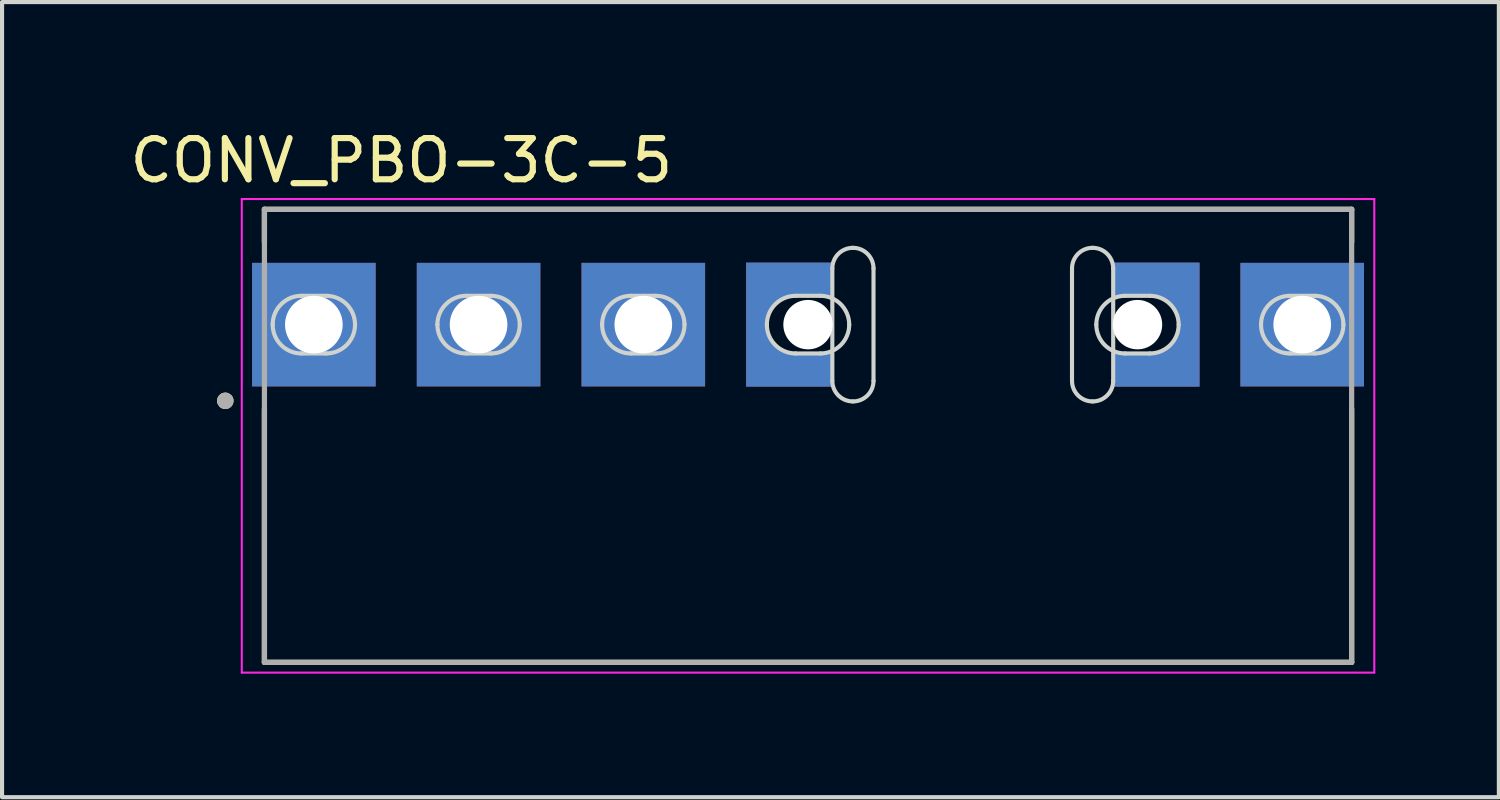
<source format=kicad_pcb>
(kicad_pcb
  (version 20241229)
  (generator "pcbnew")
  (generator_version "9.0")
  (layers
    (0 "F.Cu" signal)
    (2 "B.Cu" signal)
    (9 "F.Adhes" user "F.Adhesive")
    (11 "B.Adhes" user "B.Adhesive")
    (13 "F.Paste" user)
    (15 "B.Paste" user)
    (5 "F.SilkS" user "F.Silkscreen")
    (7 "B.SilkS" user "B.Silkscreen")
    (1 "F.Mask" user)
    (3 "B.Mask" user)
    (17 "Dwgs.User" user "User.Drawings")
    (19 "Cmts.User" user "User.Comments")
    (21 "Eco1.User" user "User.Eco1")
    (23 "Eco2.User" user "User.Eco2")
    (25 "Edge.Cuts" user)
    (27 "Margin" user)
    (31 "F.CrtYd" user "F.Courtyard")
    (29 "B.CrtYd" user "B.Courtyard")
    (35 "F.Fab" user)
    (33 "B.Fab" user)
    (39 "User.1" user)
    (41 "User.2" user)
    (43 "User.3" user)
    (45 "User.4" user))
  (footprint "CONV_PBO-3C-5"
    (layer "F.Cu")
    (at 16.571 4.833)
    (property "Reference" "CONV_PBO-3C-5" (at -9.875 -3.985 0) (layer "F.SilkS") (effects (font (size 1 1) (thickness 0.15))))
    (attr through_hole)
    (fp_poly (pts (xy 0.49 -1.965) (xy 1.69 -1.965) (xy 1.69 1.965) (xy 0.49 1.965)) (stroke (width 0.01) (type solid)) (fill yes) (layer "F.Mask"))
    (fp_poly (pts (xy 6.31 -1.965) (xy 7.51 -1.965) (xy 7.51 1.965) (xy 6.31 1.965)) (stroke (width 0.01) (type solid)) (fill yes) (layer "F.Mask"))
    (fp_poly (pts (xy 0.69 -0.6) (xy 0.69 -1.6) (xy -1.6 -1.6) (xy -1.6 1.6) (xy 0.69 1.6) (xy 0.69 0.6)) (stroke (width 0.01) (type solid)) (fill yes) (layer "F.Mask"))
    (fp_poly (pts (xy 7.31 0.6) (xy 7.31 1.6) (xy 9.6 1.6) (xy 9.6 -1.6) (xy 7.31 -1.6) (xy 7.31 -0.6)) (stroke (width 0.01) (type solid)) (fill yes) (layer "F.Mask"))
    (fp_poly (pts (xy -1 0) (xy -0.999 -0.037) (xy -0.996 -0.073) (xy -0.991 -0.11) (xy -0.985 -0.146) (xy -0.976 -0.181) (xy -0.966 -0.216) (xy -0.954 -0.251) (xy -0.939 -0.285) (xy -0.924 -0.318) (xy -0.906 -0.35) (xy -0.887 -0.381) (xy -0.866 -0.411) (xy -0.844 -0.441) (xy -0.82 -0.468) (xy -0.795 -0.495) (xy -0.768 -0.52) (xy -0.741 -0.544) (xy -0.711 -0.566) (xy -0.681 -0.587) (xy -0.65 -0.606) (xy -0.618 -0.624) (xy -0.585 -0.639) (xy -0.551 -0.654) (xy -0.516 -0.666) (xy -0.481 -0.676) (xy -0.446 -0.685) (xy -0.41 -0.691) (xy -0.373 -0.696) (xy -0.337 -0.699) (xy -0.3 -0.7) (xy 0.59 -0.7) (xy 0.59 -1.5) (xy -1.5 -1.5) (xy -1.5 1.5) (xy 0.59 1.5) (xy 0.59 0.7) (xy -0.3 0.7) (xy -0.337 0.699) (xy -0.373 0.696) (xy -0.41 0.691) (xy -0.446 0.685) (xy -0.481 0.676) (xy -0.516 0.666) (xy -0.551 0.654) (xy -0.585 0.639) (xy -0.618 0.624) (xy -0.65 0.606) (xy -0.681 0.587) (xy -0.711 0.566) (xy -0.741 0.544) (xy -0.768 0.52) (xy -0.795 0.495) (xy -0.82 0.468) (xy -0.844 0.441) (xy -0.866 0.411) (xy -0.887 0.381) (xy -0.906 0.35) (xy -0.924 0.318) (xy -0.939 0.285) (xy -0.954 0.251) (xy -0.966 0.216) (xy -0.976 0.181) (xy -0.985 0.146) (xy -0.991 0.11) (xy -0.996 0.073) (xy -0.999 0.037) (xy -1 0)) (stroke (width 0.01) (type solid)) (fill yes) (layer "B.Cu"))
    (fp_poly (pts (xy 9 0) (xy 8.999 0.037) (xy 8.996 0.073) (xy 8.991 0.11) (xy 8.985 0.146) (xy 8.976 0.181) (xy 8.966 0.216) (xy 8.954 0.251) (xy 8.939 0.285) (xy 8.924 0.318) (xy 8.906 0.35) (xy 8.887 0.381) (xy 8.866 0.411) (xy 8.844 0.441) (xy 8.82 0.468) (xy 8.795 0.495) (xy 8.768 0.52) (xy 8.741 0.544) (xy 8.711 0.566) (xy 8.681 0.587) (xy 8.65 0.606) (xy 8.618 0.624) (xy 8.585 0.639) (xy 8.551 0.654) (xy 8.516 0.666) (xy 8.481 0.676) (xy 8.446 0.685) (xy 8.41 0.691) (xy 8.373 0.696) (xy 8.337 0.699) (xy 8.3 0.7) (xy 7.41 0.7) (xy 7.41 1.5) (xy 9.5 1.5) (xy 9.5 -1.5) (xy 7.41 -1.5) (xy 7.41 -0.7) (xy 8.3 -0.7) (xy 8.337 -0.699) (xy 8.373 -0.696) (xy 8.41 -0.691) (xy 8.446 -0.685) (xy 8.481 -0.676) (xy 8.516 -0.666) (xy 8.551 -0.654) (xy 8.585 -0.639) (xy 8.618 -0.624) (xy 8.65 -0.606) (xy 8.681 -0.587) (xy 8.711 -0.566) (xy 8.741 -0.544) (xy 8.768 -0.52) (xy 8.795 -0.495) (xy 8.82 -0.468) (xy 8.844 -0.441) (xy 8.866 -0.411) (xy 8.887 -0.381) (xy 8.906 -0.35) (xy 8.924 -0.318) (xy 8.939 -0.285) (xy 8.954 -0.251) (xy 8.966 -0.216) (xy 8.976 -0.181) (xy 8.985 -0.146) (xy 8.991 -0.11) (xy 8.996 -0.073) (xy 8.999 -0.037) (xy 9 0)) (stroke (width 0.01) (type solid)) (fill yes) (layer "B.Cu"))
    (fp_poly (pts (xy 0.49 -1.965) (xy 1.69 -1.965) (xy 1.69 1.965) (xy 0.49 1.965)) (stroke (width 0.01) (type solid)) (fill yes) (layer "B.Mask"))
    (fp_poly (pts (xy 6.31 -1.965) (xy 7.51 -1.965) (xy 7.51 1.965) (xy 6.31 1.965)) (stroke (width 0.01) (type solid)) (fill yes) (layer "B.Mask"))
    (fp_poly (pts (xy 0.69 -0.6) (xy 0.69 -1.6) (xy -1.6 -1.6) (xy -1.6 1.6) (xy 0.69 1.6) (xy 0.69 0.6)) (stroke (width 0.01) (type solid)) (fill yes) (layer "B.Mask"))
    (fp_poly (pts (xy 7.31 0.6) (xy 7.31 1.6) (xy 9.6 1.6) (xy 9.6 -1.6) (xy 7.31 -1.6) (xy 7.31 -0.6)) (stroke (width 0.01) (type solid)) (fill yes) (layer "B.Mask"))
    (fp_line (start -13.2 -2.8) (end -13.2 -2) (stroke (width 0.127) (type solid)) (layer "F.SilkS"))
    (fp_line (start -13.2 2.05) (end -13.2 8.2) (stroke (width 0.127) (type solid)) (layer "F.SilkS"))
    (fp_line (start -13.2 8.2) (end 13.2 8.2) (stroke (width 0.127) (type solid)) (layer "F.SilkS"))
    (fp_line (start 13.2 -2.8) (end -13.2 -2.8) (stroke (width 0.127) (type solid)) (layer "F.SilkS"))
    (fp_line (start 13.2 -2.8) (end 13.2 -2) (stroke (width 0.127) (type solid)) (layer "F.SilkS"))
    (fp_line (start 13.2 2.05) (end 13.2 8.2) (stroke (width 0.127) (type solid)) (layer "F.SilkS"))
    (fp_circle (center -14.15 1.85) (end -14.05 1.85) (stroke (width 0.2) (type solid)) (fill no) (layer "F.SilkS"))
    (fp_poly (pts (xy -1 0) (xy -0.999 -0.037) (xy -0.996 -0.073) (xy -0.991 -0.11) (xy -0.985 -0.146) (xy -0.976 -0.181) (xy -0.966 -0.216) (xy -0.954 -0.251) (xy -0.939 -0.285) (xy -0.924 -0.318) (xy -0.906 -0.35) (xy -0.887 -0.381) (xy -0.866 -0.411) (xy -0.844 -0.441) (xy -0.82 -0.468) (xy -0.795 -0.495) (xy -0.768 -0.52) (xy -0.741 -0.544) (xy -0.711 -0.566) (xy -0.681 -0.587) (xy -0.65 -0.606) (xy -0.618 -0.624) (xy -0.585 -0.639) (xy -0.551 -0.654) (xy -0.516 -0.666) (xy -0.481 -0.676) (xy -0.446 -0.685) (xy -0.41 -0.691) (xy -0.373 -0.696) (xy -0.337 -0.699) (xy -0.3 -0.7) (xy 0.59 -0.7) (xy 0.59 -1.5) (xy -1.5 -1.5) (xy -1.5 1.5) (xy 0.59 1.5) (xy 0.59 0.7) (xy -0.3 0.7) (xy -0.337 0.699) (xy -0.373 0.696) (xy -0.41 0.691) (xy -0.446 0.685) (xy -0.481 0.676) (xy -0.516 0.666) (xy -0.551 0.654) (xy -0.585 0.639) (xy -0.618 0.624) (xy -0.65 0.606) (xy -0.681 0.587) (xy -0.711 0.566) (xy -0.741 0.544) (xy -0.768 0.52) (xy -0.795 0.495) (xy -0.82 0.468) (xy -0.844 0.441) (xy -0.866 0.411) (xy -0.887 0.381) (xy -0.906 0.35) (xy -0.924 0.318) (xy -0.939 0.285) (xy -0.954 0.251) (xy -0.966 0.216) (xy -0.976 0.181) (xy -0.985 0.146) (xy -0.991 0.11) (xy -0.996 0.073) (xy -0.999 0.037) (xy -1 0)) (stroke (width 0.01) (type solid)) (fill yes) (layer "F.Paste"))
    (fp_poly (pts (xy 9 0) (xy 8.999 0.037) (xy 8.996 0.073) (xy 8.991 0.11) (xy 8.985 0.146) (xy 8.976 0.181) (xy 8.966 0.216) (xy 8.954 0.251) (xy 8.939 0.285) (xy 8.924 0.318) (xy 8.906 0.35) (xy 8.887 0.381) (xy 8.866 0.411) (xy 8.844 0.441) (xy 8.82 0.468) (xy 8.795 0.495) (xy 8.768 0.52) (xy 8.741 0.544) (xy 8.711 0.566) (xy 8.681 0.587) (xy 8.65 0.606) (xy 8.618 0.624) (xy 8.585 0.639) (xy 8.551 0.654) (xy 8.516 0.666) (xy 8.481 0.676) (xy 8.446 0.685) (xy 8.41 0.691) (xy 8.373 0.696) (xy 8.337 0.699) (xy 8.3 0.7) (xy 7.41 0.7) (xy 7.41 1.5) (xy 9.5 1.5) (xy 9.5 -1.5) (xy 7.41 -1.5) (xy 7.41 -0.7) (xy 8.3 -0.7) (xy 8.337 -0.699) (xy 8.373 -0.696) (xy 8.41 -0.691) (xy 8.446 -0.685) (xy 8.481 -0.676) (xy 8.516 -0.666) (xy 8.551 -0.654) (xy 8.585 -0.639) (xy 8.618 -0.624) (xy 8.65 -0.606) (xy 8.681 -0.587) (xy 8.711 -0.566) (xy 8.741 -0.544) (xy 8.768 -0.52) (xy 8.795 -0.495) (xy 8.82 -0.468) (xy 8.844 -0.441) (xy 8.866 -0.411) (xy 8.887 -0.381) (xy 8.906 -0.35) (xy 8.924 -0.318) (xy 8.939 -0.285) (xy 8.954 -0.251) (xy 8.966 -0.216) (xy 8.976 -0.181) (xy 8.985 -0.146) (xy 8.991 -0.11) (xy 8.996 -0.073) (xy 8.999 -0.037) (xy 9 0)) (stroke (width 0.01) (type solid)) (fill yes) (layer "F.Paste"))
    (fp_line (start -12.3 -0.7) (end -11.7 -0.7) (stroke (width 0.1) (type solid)) (layer "Edge.Cuts"))
    (fp_line (start -11.7 0.7) (end -12.3 0.7) (stroke (width 0.1) (type solid)) (layer "Edge.Cuts"))
    (fp_line (start -8.3 -0.7) (end -7.7 -0.7) (stroke (width 0.1) (type solid)) (layer "Edge.Cuts"))
    (fp_line (start -7.7 0.7) (end -8.3 0.7) (stroke (width 0.1) (type solid)) (layer "Edge.Cuts"))
    (fp_line (start -4.3 -0.7) (end -3.7 -0.7) (stroke (width 0.1) (type solid)) (layer "Edge.Cuts"))
    (fp_line (start -3.7 0.7) (end -4.3 0.7) (stroke (width 0.1) (type solid)) (layer "Edge.Cuts"))
    (fp_line (start -0.3 -0.7) (end 0.3 -0.7) (stroke (width 0.1) (type solid)) (layer "Edge.Cuts"))
    (fp_line (start 0.3 0.7) (end -0.3 0.7) (stroke (width 0.1) (type solid)) (layer "Edge.Cuts"))
    (fp_line (start 0.59 -1.365) (end 0.59 1.365) (stroke (width 0.1) (type solid)) (layer "Edge.Cuts"))
    (fp_line (start 1.59 1.365) (end 1.59 -1.365) (stroke (width 0.1) (type solid)) (layer "Edge.Cuts"))
    (fp_line (start 6.41 -1.365) (end 6.41 1.365) (stroke (width 0.1) (type solid)) (layer "Edge.Cuts"))
    (fp_line (start 7.41 1.365) (end 7.41 -1.365) (stroke (width 0.1) (type solid)) (layer "Edge.Cuts"))
    (fp_line (start 7.7 -0.7) (end 8.3 -0.7) (stroke (width 0.1) (type solid)) (layer "Edge.Cuts"))
    (fp_line (start 8.3 0.7) (end 7.7 0.7) (stroke (width 0.1) (type solid)) (layer "Edge.Cuts"))
    (fp_line (start 11.7 -0.7) (end 12.3 -0.7) (stroke (width 0.1) (type solid)) (layer "Edge.Cuts"))
    (fp_line (start 12.3 0.7) (end 11.7 0.7) (stroke (width 0.1) (type solid)) (layer "Edge.Cuts"))
    (fp_arc (start -13 0) (mid -12.794975 -0.494975) (end -12.3 -0.7) (stroke (width 0.1) (type solid)) (layer "Edge.Cuts"))
    (fp_arc (start -12.3 0.7) (mid -12.794975 0.494975) (end -13 0) (stroke (width 0.1) (type solid)) (layer "Edge.Cuts"))
    (fp_arc (start -11.7 -0.7) (mid -11.205025 -0.494975) (end -11 0) (stroke (width 0.1) (type solid)) (layer "Edge.Cuts"))
    (fp_arc (start -11 0) (mid -11.205025 0.494975) (end -11.7 0.7) (stroke (width 0.1) (type solid)) (layer "Edge.Cuts"))
    (fp_arc (start -9 0) (mid -8.794975 -0.494975) (end -8.3 -0.7) (stroke (width 0.1) (type solid)) (layer "Edge.Cuts"))
    (fp_arc (start -8.3 0.7) (mid -8.794975 0.494975) (end -9 0) (stroke (width 0.1) (type solid)) (layer "Edge.Cuts"))
    (fp_arc (start -7.7 -0.7) (mid -7.205025 -0.494975) (end -7 0) (stroke (width 0.1) (type solid)) (layer "Edge.Cuts"))
    (fp_arc (start -7 0) (mid -7.205025 0.494975) (end -7.7 0.7) (stroke (width 0.1) (type solid)) (layer "Edge.Cuts"))
    (fp_arc (start -5 0) (mid -4.794975 -0.494975) (end -4.3 -0.7) (stroke (width 0.1) (type solid)) (layer "Edge.Cuts"))
    (fp_arc (start -4.3 0.7) (mid -4.794975 0.494975) (end -5 0) (stroke (width 0.1) (type solid)) (layer "Edge.Cuts"))
    (fp_arc (start -3.7 -0.7) (mid -3.205025 -0.494975) (end -3 0) (stroke (width 0.1) (type solid)) (layer "Edge.Cuts"))
    (fp_arc (start -3 0) (mid -3.205025 0.494975) (end -3.7 0.7) (stroke (width 0.1) (type solid)) (layer "Edge.Cuts"))
    (fp_arc (start -1 0) (mid -0.794975 -0.494975) (end -0.3 -0.7) (stroke (width 0.1) (type solid)) (layer "Edge.Cuts"))
    (fp_arc (start -0.3 0.7) (mid -0.794975 0.494975) (end -1 0) (stroke (width 0.1) (type solid)) (layer "Edge.Cuts"))
    (fp_arc (start 0.3 -0.7) (mid 0.794975 -0.494975) (end 1 0) (stroke (width 0.1) (type solid)) (layer "Edge.Cuts"))
    (fp_arc (start 0.59 -1.365) (mid 0.736447 -1.718553) (end 1.09 -1.865) (stroke (width 0.1) (type solid)) (layer "Edge.Cuts"))
    (fp_arc (start 1 0) (mid 0.794975 0.494975) (end 0.3 0.7) (stroke (width 0.1) (type solid)) (layer "Edge.Cuts"))
    (fp_arc (start 1.09 -1.865) (mid 1.443553 -1.718553) (end 1.59 -1.365) (stroke (width 0.1) (type solid)) (layer "Edge.Cuts"))
    (fp_arc (start 1.09 1.865) (mid 0.736447 1.718553) (end 0.59 1.365) (stroke (width 0.1) (type solid)) (layer "Edge.Cuts"))
    (fp_arc (start 1.59 1.365) (mid 1.443553 1.718553) (end 1.09 1.865) (stroke (width 0.1) (type solid)) (layer "Edge.Cuts"))
    (fp_arc (start 6.41 -1.365) (mid 6.556447 -1.718553) (end 6.91 -1.865) (stroke (width 0.1) (type solid)) (layer "Edge.Cuts"))
    (fp_arc (start 6.91 -1.865) (mid 7.263553 -1.718553) (end 7.41 -1.365) (stroke (width 0.1) (type solid)) (layer "Edge.Cuts"))
    (fp_arc (start 6.91 1.865) (mid 6.556447 1.718553) (end 6.41 1.365) (stroke (width 0.1) (type solid)) (layer "Edge.Cuts"))
    (fp_arc (start 7 0) (mid 7.205025 -0.494975) (end 7.7 -0.7) (stroke (width 0.1) (type solid)) (layer "Edge.Cuts"))
    (fp_arc (start 7.41 1.365) (mid 7.263553 1.718553) (end 6.91 1.865) (stroke (width 0.1) (type solid)) (layer "Edge.Cuts"))
    (fp_arc (start 7.7 0.7) (mid 7.205025 0.494975) (end 7 0) (stroke (width 0.1) (type solid)) (layer "Edge.Cuts"))
    (fp_arc (start 8.3 -0.7) (mid 8.794975 -0.494975) (end 9 0) (stroke (width 0.1) (type solid)) (layer "Edge.Cuts"))
    (fp_arc (start 9 0) (mid 8.794975 0.494975) (end 8.3 0.7) (stroke (width 0.1) (type solid)) (layer "Edge.Cuts"))
    (fp_arc (start 11 0) (mid 11.205025 -0.494975) (end 11.7 -0.7) (stroke (width 0.1) (type solid)) (layer "Edge.Cuts"))
    (fp_arc (start 11.7 0.7) (mid 11.205025 0.494975) (end 11 0) (stroke (width 0.1) (type solid)) (layer "Edge.Cuts"))
    (fp_arc (start 12.3 -0.7) (mid 12.794975 -0.494975) (end 13 0) (stroke (width 0.1) (type solid)) (layer "Edge.Cuts"))
    (fp_arc (start 13 0) (mid 12.794975 0.494975) (end 12.3 0.7) (stroke (width 0.1) (type solid)) (layer "Edge.Cuts"))
    (fp_line (start -13.75 -3.05) (end -13.75 8.45) (stroke (width 0.05) (type solid)) (layer "F.CrtYd"))
    (fp_line (start -13.75 8.45) (end 13.75 8.45) (stroke (width 0.05) (type solid)) (layer "F.CrtYd"))
    (fp_line (start 13.75 -3.05) (end -13.75 -3.05) (stroke (width 0.05) (type solid)) (layer "F.CrtYd"))
    (fp_line (start 13.75 8.45) (end 13.75 -3.05) (stroke (width 0.05) (type solid)) (layer "F.CrtYd"))
    (fp_line (start -13.2 -2.8) (end -13.2 8.2) (stroke (width 0.127) (type solid)) (layer "F.Fab"))
    (fp_line (start -13.2 8.2) (end 13.2 8.2) (stroke (width 0.127) (type solid)) (layer "F.Fab"))
    (fp_line (start 13.2 -2.8) (end -13.2 -2.8) (stroke (width 0.127) (type solid)) (layer "F.Fab"))
    (fp_line (start 13.2 8.2) (end 13.2 -2.8) (stroke (width 0.127) (type solid)) (layer "F.Fab"))
    (fp_circle (center -14.15 1.85) (end -14.05 1.85) (stroke (width 0.2) (type solid)) (fill no) (layer "F.Fab"))
    (pad "" np_thru_hole circle (at 0 0) (size 1.2 1.2) (drill 1.2) (layers "*.Cu" "*.Mask"))
    (pad "" np_thru_hole circle (at 8 0) (size 1.2 1.2) (drill 1.2) (layers "*.Cu" "*.Mask"))
    (pad "1" thru_hole rect (at -12 0) (size 3 3) (drill 1.4) (layers "*.Cu" "*.Mask"))
    (pad "2" thru_hole rect (at -8 0) (size 3 3) (drill 1.4) (layers "*.Cu" "*.Mask"))
    (pad "3" thru_hole rect (at -4 0) (size 3 3) (drill 1.4) (layers "*.Cu" "*.Mask"))
    (pad "4" smd custom (at -1.3 0) (size 0.3 0.3) (layers "F.Cu") (options (anchor rect)) (primitives (gr_poly (pts (xy 0.3 0) (xy 0.301 -0.037) (xy 0.304 -0.073) (xy 0.309 -0.11) (xy 0.315 -0.146) (xy 0.324 -0.181) (xy 0.334 -0.216) (xy 0.346 -0.251) (xy 0.361 -0.285) (xy 0.376 -0.318) (xy 0.394 -0.35) (xy 0.413 -0.381) (xy 0.434 -0.411) (xy 0.456 -0.441) (xy 0.48 -0.468) (xy 0.505 -0.495) (xy 0.532 -0.52) (xy 0.559 -0.544) (xy 0.589 -0.566) (xy 0.619 -0.587) (xy 0.65 -0.606) (xy 0.682 -0.624) (xy 0.715 -0.639) (xy 0.749 -0.654) (xy 0.784 -0.666) (xy 0.819 -0.676) (xy 0.854 -0.685) (xy 0.89 -0.691) (xy 0.927 -0.696) (xy 0.963 -0.699) (xy 1 -0.7) (xy 1.89 -0.7) (xy 1.89 -1.5) (xy -0.2 -1.5) (xy -0.2 1.5) (xy 1.89 1.5) (xy 1.89 0.7) (xy 1 0.7) (xy 0.963 0.699) (xy 0.927 0.696) (xy 0.89 0.691) (xy 0.854 0.685) (xy 0.819 0.676) (xy 0.784 0.666) (xy 0.749 0.654) (xy 0.715 0.639) (xy 0.682 0.624) (xy 0.65 0.606) (xy 0.619 0.587) (xy 0.589 0.566) (xy 0.559 0.544) (xy 0.532 0.52) (xy 0.505 0.495) (xy 0.48 0.468) (xy 0.456 0.441) (xy 0.434 0.411) (xy 0.413 0.381) (xy 0.394 0.35) (xy 0.376 0.318) (xy 0.361 0.285) (xy 0.346 0.251) (xy 0.334 0.216) (xy 0.324 0.181) (xy 0.315 0.146) (xy 0.309 0.11) (xy 0.304 0.073) (xy 0.301 0.037) (xy 0.3 0)) (width 0.01) (fill yes))))
    (pad "5" smd custom (at 9.3 0) (size 0.3 0.3) (layers "F.Cu") (options (anchor rect)) (primitives (gr_poly (pts (xy -0.3 0) (xy -0.301 0.037) (xy -0.304 0.073) (xy -0.309 0.11) (xy -0.315 0.146) (xy -0.324 0.181) (xy -0.334 0.216) (xy -0.346 0.251) (xy -0.361 0.285) (xy -0.376 0.318) (xy -0.394 0.35) (xy -0.413 0.381) (xy -0.434 0.411) (xy -0.456 0.441) (xy -0.48 0.468) (xy -0.505 0.495) (xy -0.532 0.52) (xy -0.559 0.544) (xy -0.589 0.566) (xy -0.619 0.587) (xy -0.65 0.606) (xy -0.682 0.624) (xy -0.715 0.639) (xy -0.749 0.654) (xy -0.784 0.666) (xy -0.819 0.676) (xy -0.854 0.685) (xy -0.89 0.691) (xy -0.927 0.696) (xy -0.963 0.699) (xy -1 0.7) (xy -1.89 0.7) (xy -1.89 1.5) (xy 0.2 1.5) (xy 0.2 -1.5) (xy -1.89 -1.5) (xy -1.89 -0.7) (xy -1 -0.7) (xy -0.963 -0.699) (xy -0.927 -0.696) (xy -0.89 -0.691) (xy -0.854 -0.685) (xy -0.819 -0.676) (xy -0.784 -0.666) (xy -0.749 -0.654) (xy -0.715 -0.639) (xy -0.682 -0.624) (xy -0.65 -0.606) (xy -0.619 -0.587) (xy -0.589 -0.566) (xy -0.559 -0.544) (xy -0.532 -0.52) (xy -0.505 -0.495) (xy -0.48 -0.468) (xy -0.456 -0.441) (xy -0.434 -0.411) (xy -0.413 -0.381) (xy -0.394 -0.35) (xy -0.376 -0.318) (xy -0.361 -0.285) (xy -0.346 -0.251) (xy -0.334 -0.216) (xy -0.324 -0.181) (xy -0.315 -0.146) (xy -0.309 -0.11) (xy -0.304 -0.073) (xy -0.301 -0.037) (xy -0.3 0)) (width 0.01) (fill yes))))
    (pad "6" thru_hole rect (at 12 0) (size 3 3) (drill 1.4) (layers "*.Cu" "*.Mask")))
  (gr_rect
    (start -3 -3)
    (end 33.346 16.308)
    (stroke (width 0.1) (type default))
    (fill no)
    (layer "Edge.Cuts")))
</source>
